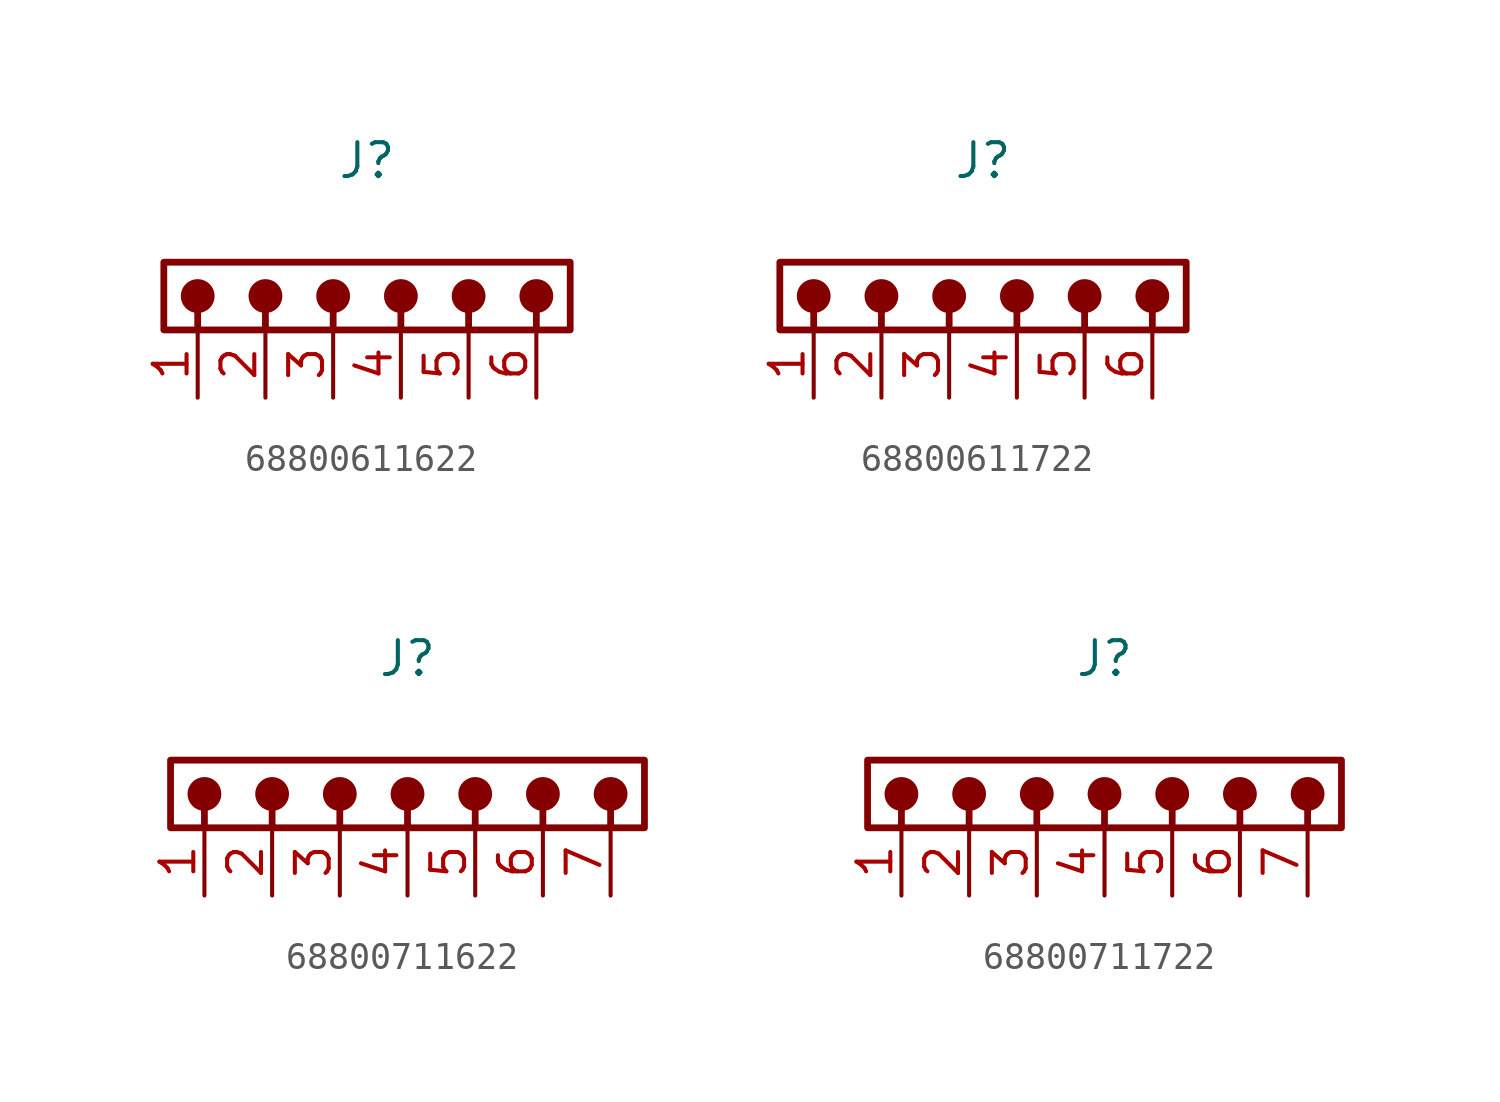
<source format=kicad_sym>
(kicad_symbol_lib
  (version 20241209)
  (generator "kicad_symbol_editor")
  (generator_version "9.0")
  (symbol "68800611622"
    (pin_names
      (hide yes))
    (property "Reference" "J"
      (at 0 5.08 0)
      (effects (font (size 1.27 1.27))))
    (symbol "68800611622_1_1"
      (rectangle (start -7.62 1.27) (end 7.62 -1.27) (stroke (width 0.254) (type solid)) (fill (type none)))
      (circle (center -6.35 0) (radius 0.508) (stroke (width 0.254) (type solid)) (fill (type outline)))
      (polyline (pts (xy -6.35 -0.508) (xy -6.35 -1.27)) (stroke (width 0.254) (type solid)) (fill (type none)))
      (circle (center -3.81 0) (radius 0.508) (stroke (width 0.254) (type solid)) (fill (type outline)))
      (polyline (pts (xy -3.81 -0.508) (xy -3.81 -1.27)) (stroke (width 0.254) (type solid)) (fill (type none)))
      (circle (center -1.27 0) (radius 0.508) (stroke (width 0.254) (type solid)) (fill (type outline)))
      (polyline (pts (xy -1.27 -0.508) (xy -1.27 -1.27)) (stroke (width 0.254) (type solid)) (fill (type none)))
      (circle (center 1.27 0) (radius 0.508) (stroke (width 0.254) (type solid)) (fill (type outline)))
      (polyline (pts (xy 1.27 -0.508) (xy 1.27 -1.27)) (stroke (width 0.254) (type solid)) (fill (type none)))
      (circle (center 3.81 0) (radius 0.508) (stroke (width 0.254) (type solid)) (fill (type outline)))
      (polyline (pts (xy 3.81 -0.508) (xy 3.81 -1.27)) (stroke (width 0.254) (type solid)) (fill (type none)))
      (circle (center 6.35 0) (radius 0.508) (stroke (width 0.254) (type solid)) (fill (type outline)))
      (polyline (pts (xy 6.35 -0.508) (xy 6.35 -1.27)) (stroke (width 0.254) (type solid)) (fill (type none)))
      (pin passive line (at -6.35 -3.81 90) (length 2.54) (name "1" (effects (font (size 1.27 1.27)))) (number "1" (effects (font (size 1.27 1.27)))))
      (pin passive line (at -3.81 -3.81 90) (length 2.54) (name "2" (effects (font (size 1.27 1.27)))) (number "2" (effects (font (size 1.27 1.27)))))
      (pin passive line (at -1.27 -3.81 90) (length 2.54) (name "3" (effects (font (size 1.27 1.27)))) (number "3" (effects (font (size 1.27 1.27)))))
      (pin passive line (at 1.27 -3.81 90) (length 2.54) (name "4" (effects (font (size 1.27 1.27)))) (number "4" (effects (font (size 1.27 1.27)))))
      (pin passive line (at 3.81 -3.81 90) (length 2.54) (name "5" (effects (font (size 1.27 1.27)))) (number "5" (effects (font (size 1.27 1.27)))))
      (pin passive line (at 6.35 -3.81 90) (length 2.54) (name "6" (effects (font (size 1.27 1.27)))) (number "6" (effects (font (size 1.27 1.27)))))))
  (symbol "68800611722"
    (pin_names
      (hide yes))
    (property "Reference" "J"
      (at 0 5.08 0)
      (effects (font (size 1.27 1.27))))
    (symbol "68800611722_1_1"
      (rectangle (start -7.62 1.27) (end 7.62 -1.27) (stroke (width 0.254) (type solid)) (fill (type none)))
      (circle (center -6.35 0) (radius 0.508) (stroke (width 0.254) (type solid)) (fill (type outline)))
      (polyline (pts (xy -6.35 -0.508) (xy -6.35 -1.27)) (stroke (width 0.254) (type solid)) (fill (type none)))
      (circle (center -3.81 0) (radius 0.508) (stroke (width 0.254) (type solid)) (fill (type outline)))
      (polyline (pts (xy -3.81 -0.508) (xy -3.81 -1.27)) (stroke (width 0.254) (type solid)) (fill (type none)))
      (circle (center -1.27 0) (radius 0.508) (stroke (width 0.254) (type solid)) (fill (type outline)))
      (polyline (pts (xy -1.27 -0.508) (xy -1.27 -1.27)) (stroke (width 0.254) (type solid)) (fill (type none)))
      (circle (center 1.27 0) (radius 0.508) (stroke (width 0.254) (type solid)) (fill (type outline)))
      (polyline (pts (xy 1.27 -0.508) (xy 1.27 -1.27)) (stroke (width 0.254) (type solid)) (fill (type none)))
      (circle (center 3.81 0) (radius 0.508) (stroke (width 0.254) (type solid)) (fill (type outline)))
      (polyline (pts (xy 3.81 -0.508) (xy 3.81 -1.27)) (stroke (width 0.254) (type solid)) (fill (type none)))
      (circle (center 6.35 0) (radius 0.508) (stroke (width 0.254) (type solid)) (fill (type outline)))
      (polyline (pts (xy 6.35 -0.508) (xy 6.35 -1.27)) (stroke (width 0.254) (type solid)) (fill (type none)))
      (pin passive line (at -6.35 -3.81 90) (length 2.54) (name "1" (effects (font (size 1.27 1.27)))) (number "1" (effects (font (size 1.27 1.27)))))
      (pin passive line (at -3.81 -3.81 90) (length 2.54) (name "2" (effects (font (size 1.27 1.27)))) (number "2" (effects (font (size 1.27 1.27)))))
      (pin passive line (at -1.27 -3.81 90) (length 2.54) (name "3" (effects (font (size 1.27 1.27)))) (number "3" (effects (font (size 1.27 1.27)))))
      (pin passive line (at 1.27 -3.81 90) (length 2.54) (name "4" (effects (font (size 1.27 1.27)))) (number "4" (effects (font (size 1.27 1.27)))))
      (pin passive line (at 3.81 -3.81 90) (length 2.54) (name "5" (effects (font (size 1.27 1.27)))) (number "5" (effects (font (size 1.27 1.27)))))
      (pin passive line (at 6.35 -3.81 90) (length 2.54) (name "6" (effects (font (size 1.27 1.27)))) (number "6" (effects (font (size 1.27 1.27)))))))
  (symbol "68800711622"
    (pin_names
      (hide yes))
    (property "Reference" "J"
      (at 0 5.08 0)
      (effects (font (size 1.27 1.27))))
    (symbol "68800711622_1_1"
      (rectangle (start -8.89 1.27) (end 8.89 -1.27) (stroke (width 0.254) (type solid)) (fill (type none)))
      (circle (center -7.62 0) (radius 0.508) (stroke (width 0.254) (type solid)) (fill (type outline)))
      (polyline (pts (xy -7.62 -0.508) (xy -7.62 -1.27)) (stroke (width 0.254) (type solid)) (fill (type none)))
      (circle (center -5.08 0) (radius 0.508) (stroke (width 0.254) (type solid)) (fill (type outline)))
      (polyline (pts (xy -5.08 -0.508) (xy -5.08 -1.27)) (stroke (width 0.254) (type solid)) (fill (type none)))
      (circle (center -2.54 0) (radius 0.508) (stroke (width 0.254) (type solid)) (fill (type outline)))
      (polyline (pts (xy -2.54 -0.508) (xy -2.54 -1.27)) (stroke (width 0.254) (type solid)) (fill (type none)))
      (circle (center 0 0) (radius 0.508) (stroke (width 0.254) (type solid)) (fill (type outline)))
      (polyline (pts (xy 0 -0.508) (xy 0 -1.27)) (stroke (width 0.254) (type solid)) (fill (type none)))
      (circle (center 2.54 0) (radius 0.508) (stroke (width 0.254) (type solid)) (fill (type outline)))
      (polyline (pts (xy 2.54 -0.508) (xy 2.54 -1.27)) (stroke (width 0.254) (type solid)) (fill (type none)))
      (circle (center 5.08 0) (radius 0.508) (stroke (width 0.254) (type solid)) (fill (type outline)))
      (polyline (pts (xy 5.08 -0.508) (xy 5.08 -1.27)) (stroke (width 0.254) (type solid)) (fill (type none)))
      (circle (center 7.62 0) (radius 0.508) (stroke (width 0.254) (type solid)) (fill (type outline)))
      (polyline (pts (xy 7.62 -0.508) (xy 7.62 -1.27)) (stroke (width 0.254) (type solid)) (fill (type none)))
      (pin passive line (at -7.62 -3.81 90) (length 2.54) (name "1" (effects (font (size 1.27 1.27)))) (number "1" (effects (font (size 1.27 1.27)))))
      (pin passive line (at -5.08 -3.81 90) (length 2.54) (name "2" (effects (font (size 1.27 1.27)))) (number "2" (effects (font (size 1.27 1.27)))))
      (pin passive line (at -2.54 -3.81 90) (length 2.54) (name "3" (effects (font (size 1.27 1.27)))) (number "3" (effects (font (size 1.27 1.27)))))
      (pin passive line (at 0 -3.81 90) (length 2.54) (name "4" (effects (font (size 1.27 1.27)))) (number "4" (effects (font (size 1.27 1.27)))))
      (pin passive line (at 2.54 -3.81 90) (length 2.54) (name "5" (effects (font (size 1.27 1.27)))) (number "5" (effects (font (size 1.27 1.27)))))
      (pin passive line (at 5.08 -3.81 90) (length 2.54) (name "6" (effects (font (size 1.27 1.27)))) (number "6" (effects (font (size 1.27 1.27)))))
      (pin passive line (at 7.62 -3.81 90) (length 2.54) (name "7" (effects (font (size 1.27 1.27)))) (number "7" (effects (font (size 1.27 1.27)))))))
  (symbol "68800711722"
    (pin_names
      (hide yes))
    (property "Reference" "J"
      (at 0 5.08 0)
      (effects (font (size 1.27 1.27))))
    (symbol "68800711722_1_1"
      (rectangle (start -8.89 1.27) (end 8.89 -1.27) (stroke (width 0.254) (type solid)) (fill (type none)))
      (circle (center -7.62 0) (radius 0.508) (stroke (width 0.254) (type solid)) (fill (type outline)))
      (polyline (pts (xy -7.62 -0.508) (xy -7.62 -1.27)) (stroke (width 0.254) (type solid)) (fill (type none)))
      (circle (center -5.08 0) (radius 0.508) (stroke (width 0.254) (type solid)) (fill (type outline)))
      (polyline (pts (xy -5.08 -0.508) (xy -5.08 -1.27)) (stroke (width 0.254) (type solid)) (fill (type none)))
      (circle (center -2.54 0) (radius 0.508) (stroke (width 0.254) (type solid)) (fill (type outline)))
      (polyline (pts (xy -2.54 -0.508) (xy -2.54 -1.27)) (stroke (width 0.254) (type solid)) (fill (type none)))
      (circle (center 0 0) (radius 0.508) (stroke (width 0.254) (type solid)) (fill (type outline)))
      (polyline (pts (xy 0 -0.508) (xy 0 -1.27)) (stroke (width 0.254) (type solid)) (fill (type none)))
      (circle (center 2.54 0) (radius 0.508) (stroke (width 0.254) (type solid)) (fill (type outline)))
      (polyline (pts (xy 2.54 -0.508) (xy 2.54 -1.27)) (stroke (width 0.254) (type solid)) (fill (type none)))
      (circle (center 5.08 0) (radius 0.508) (stroke (width 0.254) (type solid)) (fill (type outline)))
      (polyline (pts (xy 5.08 -0.508) (xy 5.08 -1.27)) (stroke (width 0.254) (type solid)) (fill (type none)))
      (circle (center 7.62 0) (radius 0.508) (stroke (width 0.254) (type solid)) (fill (type outline)))
      (polyline (pts (xy 7.62 -0.508) (xy 7.62 -1.27)) (stroke (width 0.254) (type solid)) (fill (type none)))
      (pin passive line (at -7.62 -3.81 90) (length 2.54) (name "1" (effects (font (size 1.27 1.27)))) (number "1" (effects (font (size 1.27 1.27)))))
      (pin passive line (at -5.08 -3.81 90) (length 2.54) (name "2" (effects (font (size 1.27 1.27)))) (number "2" (effects (font (size 1.27 1.27)))))
      (pin passive line (at -2.54 -3.81 90) (length 2.54) (name "3" (effects (font (size 1.27 1.27)))) (number "3" (effects (font (size 1.27 1.27)))))
      (pin passive line (at 0 -3.81 90) (length 2.54) (name "4" (effects (font (size 1.27 1.27)))) (number "4" (effects (font (size 1.27 1.27)))))
      (pin passive line (at 2.54 -3.81 90) (length 2.54) (name "5" (effects (font (size 1.27 1.27)))) (number "5" (effects (font (size 1.27 1.27)))))
      (pin passive line (at 5.08 -3.81 90) (length 2.54) (name "6" (effects (font (size 1.27 1.27)))) (number "6" (effects (font (size 1.27 1.27)))))
      (pin passive line (at 7.62 -3.81 90) (length 2.54) (name "7" (effects (font (size 1.27 1.27)))) (number "7" (effects (font (size 1.27 1.27))))))))
</source>
